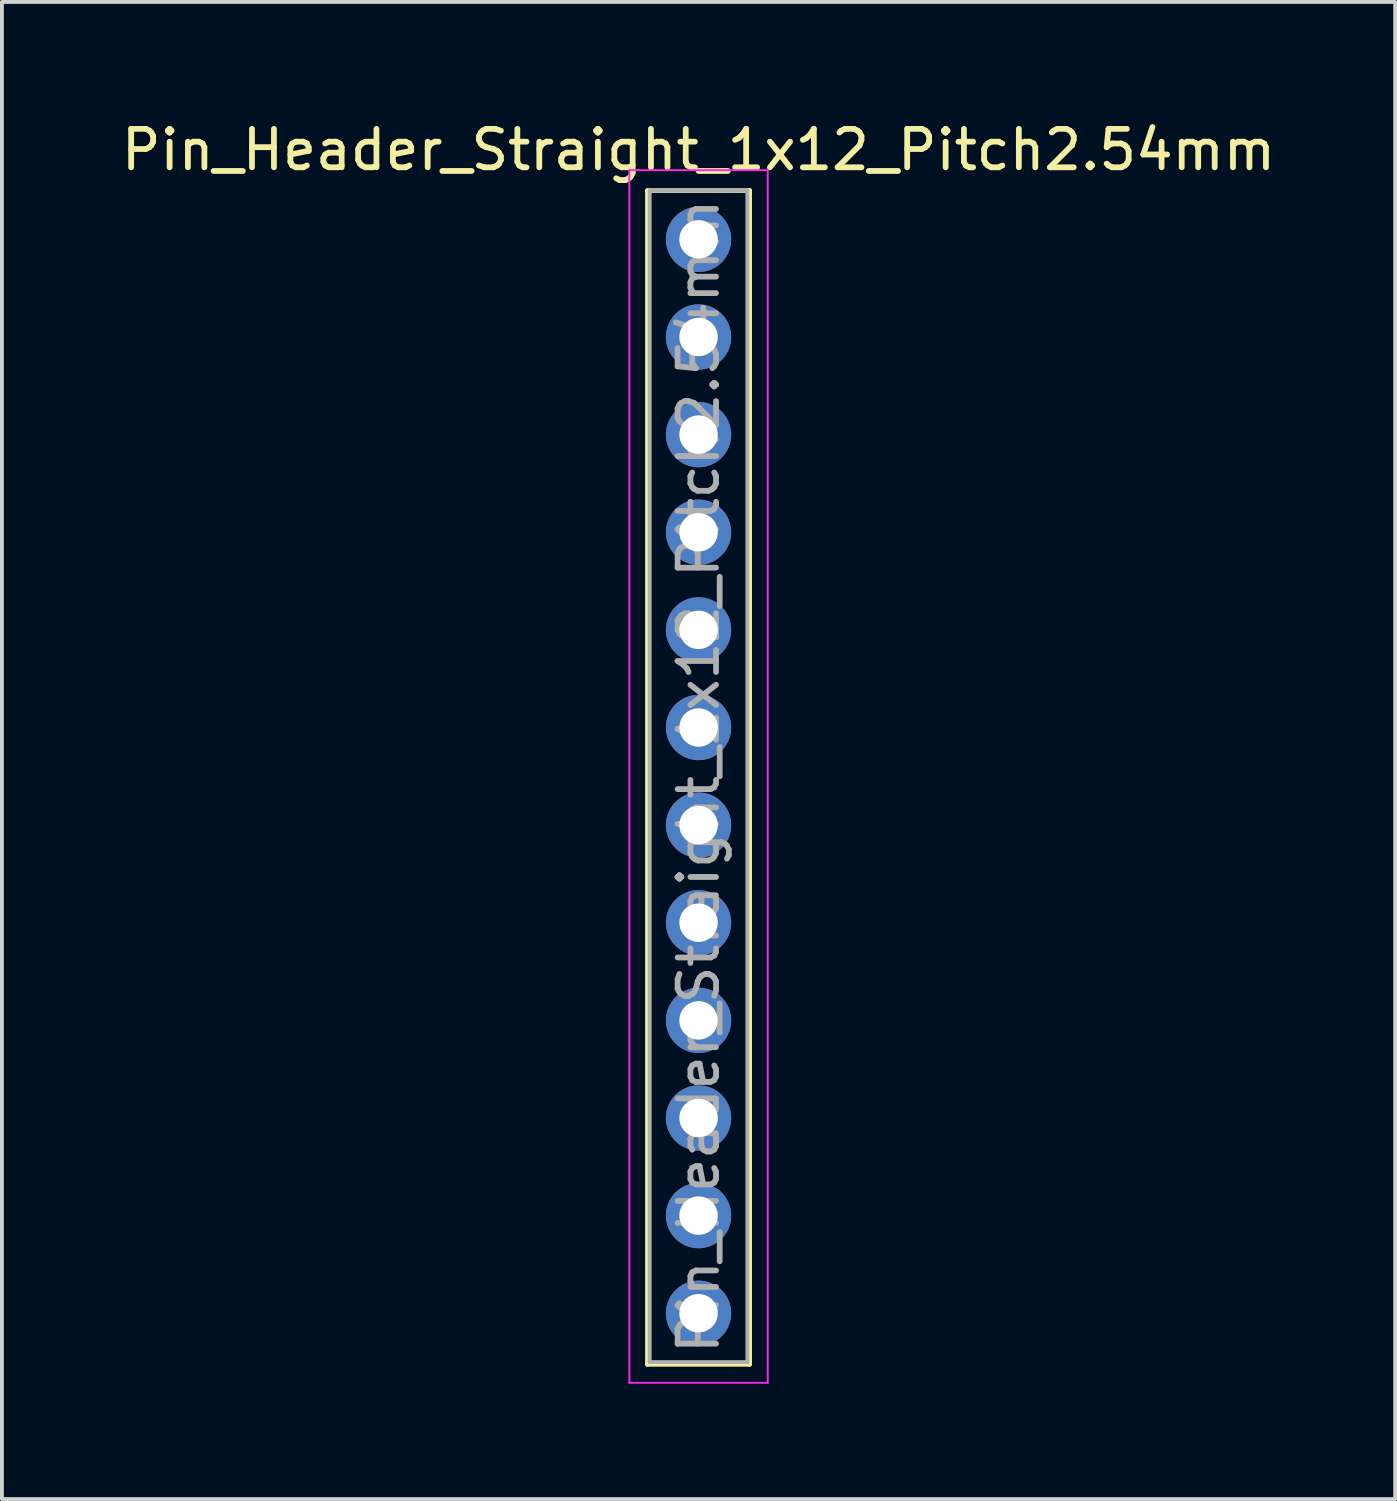
<source format=kicad_pcb>
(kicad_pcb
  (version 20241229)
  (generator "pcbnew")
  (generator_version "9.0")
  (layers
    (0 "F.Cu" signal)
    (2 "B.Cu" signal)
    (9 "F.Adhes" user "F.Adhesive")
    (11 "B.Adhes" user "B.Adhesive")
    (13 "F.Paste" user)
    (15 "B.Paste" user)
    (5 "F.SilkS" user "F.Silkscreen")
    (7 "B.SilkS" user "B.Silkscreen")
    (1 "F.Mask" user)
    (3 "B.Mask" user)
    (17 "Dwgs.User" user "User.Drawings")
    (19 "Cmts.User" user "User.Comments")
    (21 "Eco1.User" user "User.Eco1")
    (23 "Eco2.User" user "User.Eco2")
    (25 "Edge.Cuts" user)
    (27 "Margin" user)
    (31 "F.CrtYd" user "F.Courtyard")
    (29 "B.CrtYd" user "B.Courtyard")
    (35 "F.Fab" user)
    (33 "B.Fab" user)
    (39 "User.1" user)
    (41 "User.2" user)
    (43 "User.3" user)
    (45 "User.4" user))
  (footprint "Pin_Header_Straight_1x12_Pitch2.54mm"
    (layer "F.Cu")
    (at 15.125 3.178)
    (property "Reference" "Pin_Header_Straight_1x12_Pitch2.54mm" (at 0 -2.33 0) (layer "F.SilkS") (effects (font (size 1 1) (thickness 0.15))))
    (attr through_hole)
    (fp_line (start -1.33 -1.27) (end -1.33 29.27) (stroke (width 0.12) (type solid)) (layer "F.SilkS"))
    (fp_line (start -1.33 -1.27) (end 1.33 -1.27) (stroke (width 0.12) (type solid)) (layer "F.SilkS"))
    (fp_line (start -1.33 29.27) (end 1.33 29.27) (stroke (width 0.12) (type solid)) (layer "F.SilkS"))
    (fp_line (start 1.33 -1.27) (end 1.33 29.27) (stroke (width 0.12) (type solid)) (layer "F.SilkS"))
    (fp_line (start -1.8 -1.8) (end -1.8 29.75) (stroke (width 0.05) (type solid)) (layer "F.CrtYd"))
    (fp_line (start -1.8 29.75) (end 1.8 29.75) (stroke (width 0.05) (type solid)) (layer "F.CrtYd"))
    (fp_line (start 1.8 -1.8) (end -1.8 -1.8) (stroke (width 0.05) (type solid)) (layer "F.CrtYd"))
    (fp_line (start 1.8 29.75) (end 1.8 -1.8) (stroke (width 0.05) (type solid)) (layer "F.CrtYd"))
    (fp_line (start -1.27 -1.27) (end 1.27 -1.27) (stroke (width 0.1) (type solid)) (layer "F.Fab"))
    (fp_line (start -1.27 29.21) (end -1.27 -1.27) (stroke (width 0.1) (type solid)) (layer "F.Fab"))
    (fp_line (start 1.27 -1.27) (end 1.27 29.21) (stroke (width 0.1) (type solid)) (layer "F.Fab"))
    (fp_line (start 1.27 29.21) (end -1.27 29.21) (stroke (width 0.1) (type solid)) (layer "F.Fab"))
    (fp_text user "${REFERENCE}" (at 0 13.97 90) (layer "F.Fab") (effects (font (size 1 1) (thickness 0.15))))
    (pad "1" thru_hole circle (at 0 0) (size 1.7 1.7) (drill 1) (layers "*.Cu" "*.Mask"))
    (pad "2" thru_hole oval (at 0 2.54) (size 1.7 1.7) (drill 1) (layers "*.Cu" "*.Mask"))
    (pad "3" thru_hole oval (at 0 5.08) (size 1.7 1.7) (drill 1) (layers "*.Cu" "*.Mask"))
    (pad "4" thru_hole oval (at 0 7.62) (size 1.7 1.7) (drill 1) (layers "*.Cu" "*.Mask"))
    (pad "5" thru_hole oval (at 0 10.16) (size 1.7 1.7) (drill 1) (layers "*.Cu" "*.Mask"))
    (pad "6" thru_hole oval (at 0 12.7) (size 1.7 1.7) (drill 1) (layers "*.Cu" "*.Mask"))
    (pad "7" thru_hole oval (at 0 15.24) (size 1.7 1.7) (drill 1) (layers "*.Cu" "*.Mask"))
    (pad "8" thru_hole oval (at 0 17.78) (size 1.7 1.7) (drill 1) (layers "*.Cu" "*.Mask"))
    (pad "9" thru_hole oval (at 0 20.32) (size 1.7 1.7) (drill 1) (layers "*.Cu" "*.Mask"))
    (pad "10" thru_hole oval (at 0 22.86) (size 1.7 1.7) (drill 1) (layers "*.Cu" "*.Mask"))
    (pad "11" thru_hole oval (at 0 25.4) (size 1.7 1.7) (drill 1) (layers "*.Cu" "*.Mask"))
    (pad "12" thru_hole oval (at 0 27.94) (size 1.7 1.7) (drill 1) (layers "*.Cu" "*.Mask")))
  (gr_rect
    (start -3 -3)
    (end 33.25 35.953)
    (stroke (width 0.1) (type default))
    (fill no)
    (layer "Edge.Cuts")))
</source>
